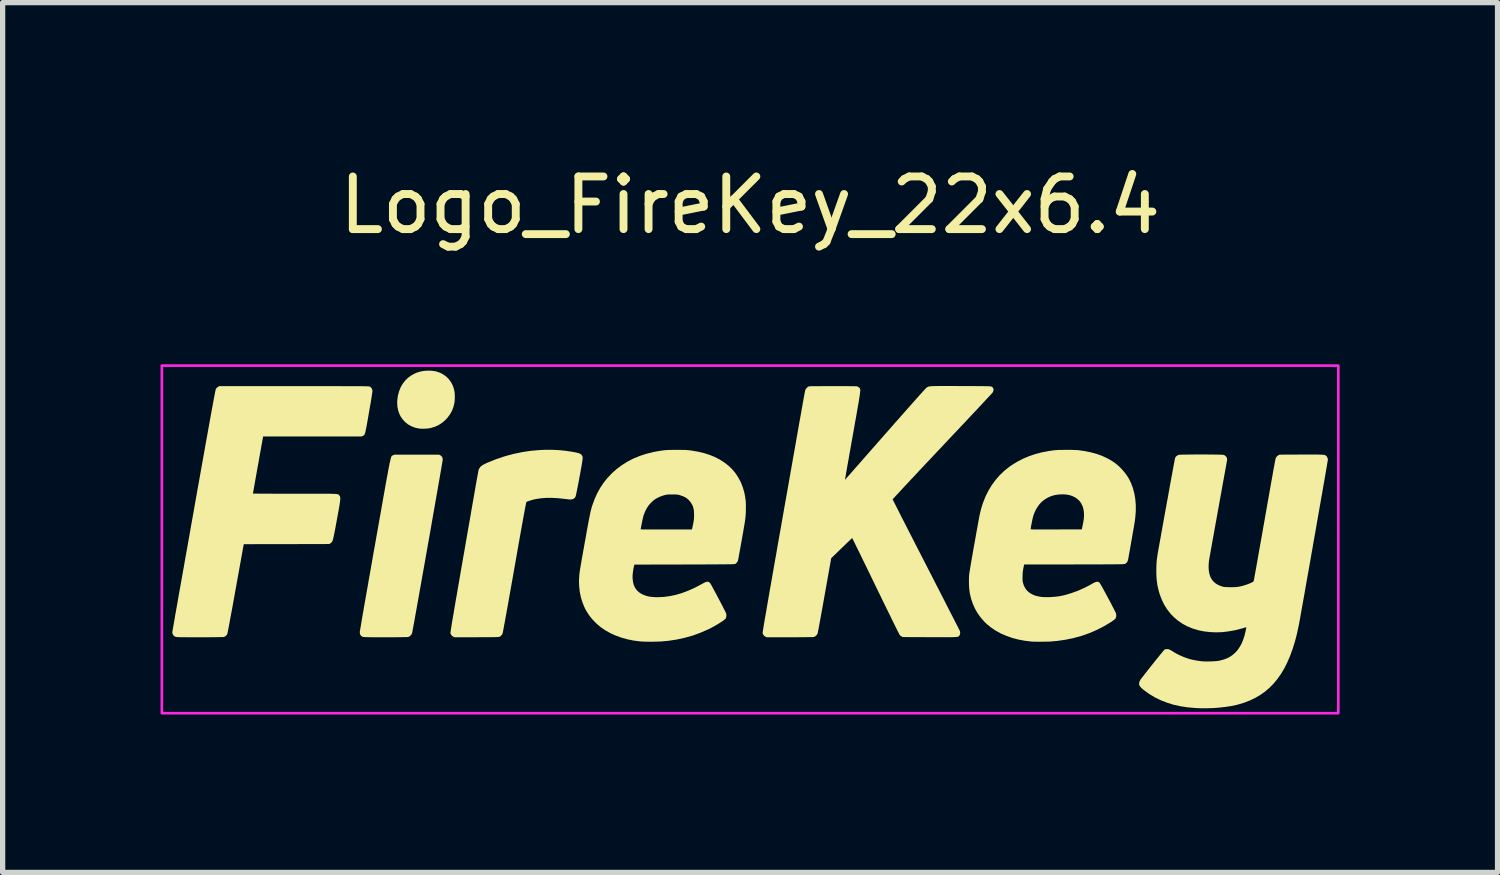
<source format=kicad_pcb>
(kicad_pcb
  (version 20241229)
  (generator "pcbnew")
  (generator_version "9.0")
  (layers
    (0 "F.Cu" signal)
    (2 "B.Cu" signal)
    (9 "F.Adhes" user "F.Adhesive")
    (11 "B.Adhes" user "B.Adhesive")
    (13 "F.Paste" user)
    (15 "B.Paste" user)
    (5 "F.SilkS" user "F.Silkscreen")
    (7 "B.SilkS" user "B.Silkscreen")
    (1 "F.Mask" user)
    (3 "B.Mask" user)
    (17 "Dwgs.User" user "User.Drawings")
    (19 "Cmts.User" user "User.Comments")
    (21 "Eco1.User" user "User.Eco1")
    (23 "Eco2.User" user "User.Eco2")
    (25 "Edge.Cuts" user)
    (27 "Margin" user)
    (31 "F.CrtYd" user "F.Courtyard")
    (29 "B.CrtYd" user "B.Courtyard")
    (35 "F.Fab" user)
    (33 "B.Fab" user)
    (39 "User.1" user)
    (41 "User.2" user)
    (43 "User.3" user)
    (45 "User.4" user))
  (footprint "Logo_FireKey_22x6.4"
    (layer "F.Cu")
    (at 11.201 7.198)
    (property "Reference" "Logo_FireKey_22x6.4" (at 0 -6.35 0) (unlocked yes) (layer "F.SilkS") (effects (font (size 1 1) (thickness 0.15))))
    (attr smd)
    (fp_poly (pts (xy -6.06 -3.205) (xy -5.993 -3.197) (xy -5.953 -3.188) (xy -5.886 -3.164) (xy -5.825 -3.131) (xy -5.77 -3.091) (xy -5.722 -3.042) (xy -5.682 -2.987) (xy -5.65 -2.926) (xy -5.627 -2.858) (xy -5.618 -2.818) (xy -5.613 -2.782) (xy -5.61 -2.738) (xy -5.61 -2.692) (xy -5.612 -2.647) (xy -5.616 -2.606) (xy -5.617 -2.595) (xy -5.636 -2.517) (xy -5.664 -2.443) (xy -5.702 -2.375) (xy -5.749 -2.311) (xy -5.789 -2.269) (xy -5.849 -2.217) (xy -5.915 -2.174) (xy -5.986 -2.141) (xy -6.061 -2.118) (xy -6.068 -2.116) (xy -6.106 -2.109) (xy -6.15 -2.105) (xy -6.196 -2.103) (xy -6.241 -2.103) (xy -6.281 -2.105) (xy -6.298 -2.108) (xy -6.37 -2.124) (xy -6.436 -2.15) (xy -6.496 -2.183) (xy -6.549 -2.225) (xy -6.595 -2.273) (xy -6.634 -2.327) (xy -6.665 -2.387) (xy -6.687 -2.453) (xy -6.701 -2.523) (xy -6.705 -2.598) (xy -6.702 -2.653) (xy -6.69 -2.737) (xy -6.668 -2.816) (xy -6.639 -2.889) (xy -6.601 -2.955) (xy -6.555 -3.015) (xy -6.502 -3.068) (xy -6.441 -3.113) (xy -6.374 -3.15) (xy -6.329 -3.169) (xy -6.267 -3.188) (xy -6.199 -3.201) (xy -6.129 -3.206)) (stroke (width 0) (type solid)) (fill yes) (layer "F.SilkS"))
    (fp_poly (pts (xy -5.883 -1.597) (xy -5.86 -1.578) (xy -5.846 -1.555) (xy -5.84 -1.525) (xy -5.84 -1.517) (xy -5.841 -1.51) (xy -5.843 -1.492) (xy -5.848 -1.465) (xy -5.854 -1.429) (xy -5.861 -1.385) (xy -5.87 -1.332) (xy -5.881 -1.271) (xy -5.892 -1.204) (xy -5.905 -1.13) (xy -5.919 -1.05) (xy -5.934 -0.964) (xy -5.95 -0.873) (xy -5.967 -0.778) (xy -5.984 -0.678) (xy -6.002 -0.575) (xy -6.021 -0.469) (xy -6.04 -0.36) (xy -6.059 -0.249) (xy -6.079 -0.136) (xy -6.099 -0.022) (xy -6.12 0.093) (xy -6.14 0.207) (xy -6.16 0.322) (xy -6.18 0.435) (xy -6.2 0.548) (xy -6.22 0.658) (xy -6.239 0.766) (xy -6.257 0.871) (xy -6.276 0.973) (xy -6.293 1.072) (xy -6.31 1.166) (xy -6.326 1.255) (xy -6.341 1.339) (xy -6.355 1.417) (xy -6.368 1.488) (xy -6.379 1.554) (xy -6.39 1.611) (xy -6.399 1.661) (xy -6.407 1.703) (xy -6.413 1.736) (xy -6.417 1.76) (xy -6.42 1.774) (xy -6.421 1.778) (xy -6.434 1.806) (xy -6.454 1.83) (xy -6.479 1.848) (xy -6.491 1.852) (xy -6.499 1.854) (xy -6.511 1.855) (xy -6.529 1.856) (xy -6.554 1.857) (xy -6.586 1.857) (xy -6.625 1.858) (xy -6.673 1.858) (xy -6.729 1.859) (xy -6.794 1.859) (xy -6.87 1.859) (xy -6.928 1.859) (xy -7.005 1.859) (xy -7.071 1.859) (xy -7.129 1.859) (xy -7.178 1.859) (xy -7.219 1.858) (xy -7.253 1.858) (xy -7.281 1.857) (xy -7.303 1.857) (xy -7.321 1.856) (xy -7.334 1.855) (xy -7.345 1.854) (xy -7.352 1.853) (xy -7.358 1.851) (xy -7.363 1.85) (xy -7.364 1.849) (xy -7.389 1.834) (xy -7.405 1.813) (xy -7.413 1.787) (xy -7.415 1.76) (xy -7.415 1.753) (xy -7.412 1.735) (xy -7.407 1.708) (xy -7.401 1.671) (xy -7.393 1.626) (xy -7.384 1.572) (xy -7.374 1.51) (xy -7.362 1.44) (xy -7.348 1.363) (xy -7.334 1.279) (xy -7.318 1.189) (xy -7.301 1.092) (xy -7.283 0.99) (xy -7.264 0.883) (xy -7.245 0.771) (xy -7.224 0.655) (xy -7.203 0.534) (xy -7.181 0.41) (xy -7.159 0.283) (xy -7.136 0.153) (xy -7.125 0.096) (xy -7.098 -0.061) (xy -7.071 -0.209) (xy -7.047 -0.347) (xy -7.024 -0.475) (xy -7.003 -0.594) (xy -6.984 -0.704) (xy -6.966 -0.806) (xy -6.949 -0.9) (xy -6.934 -0.985) (xy -6.92 -1.064) (xy -6.907 -1.135) (xy -6.895 -1.199) (xy -6.884 -1.257) (xy -6.875 -1.309) (xy -6.866 -1.356) (xy -6.858 -1.396) (xy -6.851 -1.432) (xy -6.844 -1.463) (xy -6.838 -1.49) (xy -6.833 -1.512) (xy -6.828 -1.531) (xy -6.824 -1.547) (xy -6.82 -1.56) (xy -6.817 -1.57) (xy -6.813 -1.577) (xy -6.81 -1.583) (xy -6.807 -1.587) (xy -6.804 -1.59) (xy -6.8 -1.592) (xy -6.797 -1.593) (xy -6.793 -1.594) (xy -6.79 -1.595) (xy -6.786 -1.597) (xy -6.784 -1.597) (xy -6.759 -1.61) (xy -5.907 -1.61)) (stroke (width 0) (type solid)) (fill yes) (layer "F.SilkS"))
    (fp_poly (pts (xy -3.758 -1.702) (xy -3.634 -1.696) (xy -3.512 -1.684) (xy -3.389 -1.666) (xy -3.321 -1.654) (xy -3.282 -1.645) (xy -3.252 -1.637) (xy -3.23 -1.627) (xy -3.213 -1.616) (xy -3.2 -1.603) (xy -3.195 -1.596) (xy -3.186 -1.581) (xy -3.182 -1.565) (xy -3.181 -1.545) (xy -3.181 -1.541) (xy -3.182 -1.528) (xy -3.185 -1.506) (xy -3.189 -1.476) (xy -3.195 -1.439) (xy -3.202 -1.396) (xy -3.211 -1.348) (xy -3.22 -1.297) (xy -3.229 -1.244) (xy -3.24 -1.189) (xy -3.25 -1.134) (xy -3.26 -1.08) (xy -3.27 -1.028) (xy -3.28 -0.979) (xy -3.289 -0.934) (xy -3.297 -0.894) (xy -3.304 -0.86) (xy -3.31 -0.834) (xy -3.315 -0.817) (xy -3.317 -0.81) (xy -3.335 -0.786) (xy -3.352 -0.773) (xy -3.366 -0.766) (xy -3.382 -0.762) (xy -3.401 -0.759) (xy -3.425 -0.759) (xy -3.455 -0.761) (xy -3.492 -0.765) (xy -3.531 -0.77) (xy -3.649 -0.783) (xy -3.763 -0.789) (xy -3.871 -0.789) (xy -3.972 -0.781) (xy -4.066 -0.767) (xy -4.096 -0.761) (xy -4.124 -0.754) (xy -4.153 -0.746) (xy -4.182 -0.737) (xy -4.209 -0.728) (xy -4.23 -0.72) (xy -4.245 -0.714) (xy -4.249 -0.711) (xy -4.251 -0.708) (xy -4.253 -0.7) (xy -4.256 -0.686) (xy -4.26 -0.666) (xy -4.265 -0.641) (xy -4.272 -0.609) (xy -4.279 -0.57) (xy -4.287 -0.525) (xy -4.297 -0.472) (xy -4.308 -0.412) (xy -4.32 -0.344) (xy -4.334 -0.268) (xy -4.349 -0.184) (xy -4.366 -0.09) (xy -4.384 0.012) (xy -4.404 0.124) (xy -4.425 0.245) (xy -4.448 0.376) (xy -4.473 0.517) (xy -4.476 0.533) (xy -4.498 0.661) (xy -4.52 0.784) (xy -4.541 0.901) (xy -4.561 1.013) (xy -4.58 1.119) (xy -4.597 1.219) (xy -4.614 1.311) (xy -4.629 1.397) (xy -4.644 1.475) (xy -4.656 1.546) (xy -4.668 1.608) (xy -4.678 1.662) (xy -4.686 1.707) (xy -4.693 1.743) (xy -4.698 1.769) (xy -4.702 1.786) (xy -4.703 1.792) (xy -4.719 1.817) (xy -4.74 1.838) (xy -4.763 1.851) (xy -4.764 1.852) (xy -4.771 1.853) (xy -4.784 1.854) (xy -4.803 1.855) (xy -4.83 1.856) (xy -4.865 1.857) (xy -4.908 1.857) (xy -4.959 1.858) (xy -5.019 1.858) (xy -5.089 1.858) (xy -5.17 1.859) (xy -5.2 1.859) (xy -5.618 1.859) (xy -5.642 1.847) (xy -5.667 1.829) (xy -5.685 1.804) (xy -5.693 1.779) (xy -5.693 1.774) (xy -5.692 1.763) (xy -5.689 1.745) (xy -5.685 1.72) (xy -5.681 1.688) (xy -5.674 1.649) (xy -5.667 1.602) (xy -5.658 1.548) (xy -5.647 1.486) (xy -5.635 1.416) (xy -5.622 1.337) (xy -5.607 1.25) (xy -5.591 1.154) (xy -5.572 1.049) (xy -5.553 0.934) (xy -5.531 0.81) (xy -5.508 0.676) (xy -5.483 0.532) (xy -5.456 0.378) (xy -5.449 0.335) (xy -5.421 0.178) (xy -5.396 0.031) (xy -5.372 -0.105) (xy -5.35 -0.233) (xy -5.329 -0.351) (xy -5.31 -0.46) (xy -5.293 -0.561) (xy -5.277 -0.653) (xy -5.262 -0.738) (xy -5.248 -0.816) (xy -5.236 -0.886) (xy -5.225 -0.95) (xy -5.215 -1.007) (xy -5.206 -1.058) (xy -5.198 -1.103) (xy -5.191 -1.144) (xy -5.184 -1.179) (xy -5.179 -1.209) (xy -5.174 -1.235) (xy -5.17 -1.257) (xy -5.167 -1.276) (xy -5.164 -1.291) (xy -5.161 -1.303) (xy -5.159 -1.313) (xy -5.157 -1.321) (xy -5.156 -1.326) (xy -5.155 -1.33) (xy -5.153 -1.333) (xy -5.152 -1.335) (xy -5.152 -1.337) (xy -5.151 -1.338) (xy -5.149 -1.339) (xy -5.148 -1.341) (xy -5.148 -1.342) (xy -5.135 -1.364) (xy -5.119 -1.383) (xy -5.098 -1.4) (xy -5.071 -1.418) (xy -5.036 -1.436) (xy -4.993 -1.456) (xy -4.992 -1.456) (xy -4.827 -1.523) (xy -4.661 -1.579) (xy -4.495 -1.624) (xy -4.327 -1.659) (xy -4.158 -1.684) (xy -3.987 -1.698) (xy -3.888 -1.702)) (stroke (width 0) (type solid)) (fill yes) (layer "F.SilkS"))
    (fp_poly (pts (xy -8.517 -2.912) (xy -8.381 -2.912) (xy -8.255 -2.912) (xy -8.139 -2.912) (xy -8.032 -2.912) (xy -7.933 -2.912) (xy -7.843 -2.912) (xy -7.761 -2.911) (xy -7.687 -2.911) (xy -7.62 -2.911) (xy -7.56 -2.911) (xy -7.506 -2.911) (xy -7.459 -2.911) (xy -7.417 -2.91) (xy -7.381 -2.91) (xy -7.349 -2.91) (xy -7.323 -2.909) (xy -7.3 -2.909) (xy -7.281 -2.908) (xy -7.266 -2.908) (xy -7.254 -2.907) (xy -7.244 -2.906) (xy -7.237 -2.906) (xy -7.231 -2.905) (xy -7.227 -2.904) (xy -7.225 -2.903) (xy -7.224 -2.902) (xy -7.199 -2.883) (xy -7.183 -2.858) (xy -7.175 -2.828) (xy -7.175 -2.827) (xy -7.175 -2.817) (xy -7.177 -2.799) (xy -7.181 -2.773) (xy -7.186 -2.738) (xy -7.192 -2.695) (xy -7.201 -2.642) (xy -7.211 -2.58) (xy -7.224 -2.509) (xy -7.238 -2.427) (xy -7.241 -2.411) (xy -7.254 -2.334) (xy -7.266 -2.267) (xy -7.276 -2.21) (xy -7.285 -2.16) (xy -7.293 -2.119) (xy -7.3 -2.084) (xy -7.306 -2.056) (xy -7.311 -2.033) (xy -7.317 -2.015) (xy -7.322 -2.001) (xy -7.327 -1.991) (xy -7.332 -1.983) (xy -7.338 -1.978) (xy -7.344 -1.973) (xy -7.351 -1.97) (xy -7.357 -1.967) (xy -7.381 -1.955) (xy -9.252 -1.955) (xy -9.255 -1.941) (xy -9.256 -1.933) (xy -9.259 -1.915) (xy -9.264 -1.889) (xy -9.27 -1.855) (xy -9.277 -1.815) (xy -9.286 -1.768) (xy -9.295 -1.716) (xy -9.305 -1.66) (xy -9.316 -1.6) (xy -9.327 -1.538) (xy -9.338 -1.473) (xy -9.35 -1.408) (xy -9.362 -1.343) (xy -9.373 -1.279) (xy -9.384 -1.217) (xy -9.395 -1.157) (xy -9.405 -1.1) (xy -9.414 -1.048) (xy -9.422 -1.001) (xy -9.43 -0.959) (xy -9.436 -0.925) (xy -9.441 -0.898) (xy -9.444 -0.88) (xy -9.445 -0.872) (xy -9.445 -0.871) (xy -9.44 -0.871) (xy -9.425 -0.87) (xy -9.4 -0.87) (xy -9.366 -0.87) (xy -9.324 -0.869) (xy -9.274 -0.869) (xy -9.216 -0.869) (xy -9.153 -0.869) (xy -9.083 -0.868) (xy -9.008 -0.868) (xy -8.928 -0.868) (xy -8.843 -0.868) (xy -8.755 -0.868) (xy -8.664 -0.868) (xy -8.649 -0.868) (xy -8.539 -0.868) (xy -8.44 -0.868) (xy -8.35 -0.868) (xy -8.27 -0.868) (xy -8.198 -0.868) (xy -8.134 -0.868) (xy -8.078 -0.867) (xy -8.029 -0.867) (xy -7.986 -0.867) (xy -7.95 -0.866) (xy -7.919 -0.865) (xy -7.894 -0.864) (xy -7.873 -0.863) (xy -7.856 -0.861) (xy -7.842 -0.859) (xy -7.832 -0.857) (xy -7.824 -0.855) (xy -7.819 -0.852) (xy -7.814 -0.849) (xy -7.811 -0.845) (xy -7.808 -0.841) (xy -7.805 -0.837) (xy -7.802 -0.832) (xy -7.802 -0.831) (xy -7.797 -0.824) (xy -7.792 -0.817) (xy -7.789 -0.809) (xy -7.787 -0.799) (xy -7.786 -0.786) (xy -7.786 -0.771) (xy -7.787 -0.751) (xy -7.79 -0.727) (xy -7.794 -0.697) (xy -7.799 -0.661) (xy -7.806 -0.619) (xy -7.815 -0.568) (xy -7.826 -0.51) (xy -7.838 -0.442) (xy -7.851 -0.37) (xy -7.865 -0.294) (xy -7.877 -0.228) (xy -7.888 -0.172) (xy -7.897 -0.123) (xy -7.906 -0.083) (xy -7.913 -0.049) (xy -7.919 -0.021) (xy -7.925 0.002) (xy -7.931 0.02) (xy -7.937 0.034) (xy -7.942 0.045) (xy -7.948 0.053) (xy -7.955 0.06) (xy -7.962 0.066) (xy -7.97 0.071) (xy -7.971 0.072) (xy -7.994 0.088) (xy -8.807 0.09) (xy -9.62 0.091) (xy -9.772 0.934) (xy -9.789 1.027) (xy -9.805 1.119) (xy -9.821 1.206) (xy -9.836 1.29) (xy -9.851 1.37) (xy -9.865 1.445) (xy -9.878 1.514) (xy -9.889 1.577) (xy -9.9 1.633) (xy -9.909 1.682) (xy -9.917 1.723) (xy -9.924 1.756) (xy -9.928 1.78) (xy -9.932 1.794) (xy -9.933 1.798) (xy -9.949 1.823) (xy -9.972 1.843) (xy -9.996 1.853) (xy -10.006 1.855) (xy -10.026 1.856) (xy -10.056 1.856) (xy -10.097 1.857) (xy -10.148 1.858) (xy -10.208 1.858) (xy -10.279 1.859) (xy -10.359 1.859) (xy -10.448 1.859) (xy -10.458 1.859) (xy -10.537 1.859) (xy -10.607 1.859) (xy -10.667 1.859) (xy -10.718 1.859) (xy -10.762 1.858) (xy -10.798 1.858) (xy -10.828 1.858) (xy -10.852 1.857) (xy -10.872 1.856) (xy -10.887 1.856) (xy -10.898 1.855) (xy -10.907 1.853) (xy -10.913 1.852) (xy -10.918 1.85) (xy -10.921 1.849) (xy -10.937 1.84) (xy -10.95 1.831) (xy -10.952 1.829) (xy -10.963 1.811) (xy -10.973 1.789) (xy -10.977 1.768) (xy -10.978 1.764) (xy -10.977 1.757) (xy -10.974 1.741) (xy -10.969 1.714) (xy -10.963 1.679) (xy -10.955 1.634) (xy -10.946 1.58) (xy -10.935 1.517) (xy -10.923 1.447) (xy -10.909 1.368) (xy -10.894 1.283) (xy -10.877 1.19) (xy -10.86 1.09) (xy -10.841 0.984) (xy -10.821 0.871) (xy -10.8 0.753) (xy -10.778 0.63) (xy -10.755 0.501) (xy -10.732 0.368) (xy -10.707 0.23) (xy -10.682 0.089) (xy -10.656 -0.057) (xy -10.63 -0.206) (xy -10.603 -0.357) (xy -10.575 -0.512) (xy -10.57 -0.542) (xy -10.536 -0.734) (xy -10.504 -0.916) (xy -10.473 -1.088) (xy -10.444 -1.251) (xy -10.417 -1.404) (xy -10.391 -1.547) (xy -10.367 -1.681) (xy -10.345 -1.807) (xy -10.324 -1.924) (xy -10.304 -2.033) (xy -10.286 -2.134) (xy -10.269 -2.227) (xy -10.254 -2.312) (xy -10.24 -2.39) (xy -10.227 -2.461) (xy -10.215 -2.525) (xy -10.204 -2.583) (xy -10.195 -2.634) (xy -10.187 -2.679) (xy -10.179 -2.719) (xy -10.173 -2.753) (xy -10.167 -2.782) (xy -10.162 -2.805) (xy -10.158 -2.824) (xy -10.155 -2.838) (xy -10.153 -2.848) (xy -10.151 -2.854) (xy -10.151 -2.856) (xy -10.133 -2.879) (xy -10.112 -2.896) (xy -10.086 -2.912) (xy -8.664 -2.912)) (stroke (width 0) (type solid)) (fill yes) (layer "F.SilkS"))
    (fp_poly (pts (xy 6.084 -1.701) (xy 6.131 -1.7) (xy 6.174 -1.698) (xy 6.211 -1.697) (xy 6.239 -1.695) (xy 6.244 -1.694) (xy 6.369 -1.676) (xy 6.486 -1.651) (xy 6.594 -1.621) (xy 6.696 -1.583) (xy 6.79 -1.539) (xy 6.879 -1.488) (xy 6.938 -1.447) (xy 6.992 -1.404) (xy 7.045 -1.352) (xy 7.096 -1.296) (xy 7.143 -1.237) (xy 7.182 -1.179) (xy 7.194 -1.159) (xy 7.238 -1.069) (xy 7.274 -0.972) (xy 7.301 -0.871) (xy 7.319 -0.763) (xy 7.328 -0.651) (xy 7.328 -0.534) (xy 7.318 -0.412) (xy 7.31 -0.348) (xy 7.307 -0.331) (xy 7.303 -0.305) (xy 7.297 -0.272) (xy 7.291 -0.233) (xy 7.283 -0.188) (xy 7.274 -0.138) (xy 7.265 -0.086) (xy 7.256 -0.032) (xy 7.246 0.024) (xy 7.236 0.079) (xy 7.227 0.133) (xy 7.218 0.185) (xy 7.209 0.234) (xy 7.201 0.278) (xy 7.194 0.317) (xy 7.188 0.35) (xy 7.184 0.374) (xy 7.18 0.39) (xy 7.179 0.396) (xy 7.168 0.424) (xy 7.15 0.447) (xy 7.128 0.463) (xy 7.127 0.464) (xy 7.124 0.465) (xy 7.121 0.466) (xy 7.116 0.467) (xy 7.11 0.468) (xy 7.102 0.469) (xy 7.092 0.47) (xy 7.078 0.471) (xy 7.061 0.471) (xy 7.04 0.472) (xy 7.015 0.472) (xy 6.985 0.473) (xy 6.949 0.473) (xy 6.908 0.474) (xy 6.86 0.474) (xy 6.805 0.474) (xy 6.744 0.474) (xy 6.674 0.475) (xy 6.597 0.475) (xy 6.51 0.475) (xy 6.415 0.475) (xy 6.31 0.475) (xy 6.195 0.475) (xy 6.157 0.476) (xy 5.208 0.477) (xy 5.205 0.489) (xy 5.195 0.533) (xy 5.188 0.57) (xy 5.183 0.604) (xy 5.179 0.638) (xy 5.177 0.677) (xy 5.177 0.689) (xy 5.176 0.726) (xy 5.176 0.754) (xy 5.177 0.777) (xy 5.179 0.797) (xy 5.183 0.817) (xy 5.183 0.818) (xy 5.201 0.876) (xy 5.227 0.927) (xy 5.262 0.973) (xy 5.305 1.011) (xy 5.356 1.043) (xy 5.413 1.067) (xy 5.446 1.076) (xy 5.486 1.085) (xy 5.526 1.092) (xy 5.567 1.096) (xy 5.612 1.097) (xy 5.665 1.097) (xy 5.687 1.097) (xy 5.769 1.092) (xy 5.847 1.084) (xy 5.924 1.071) (xy 6.002 1.052) (xy 6.084 1.027) (xy 6.106 1.02) (xy 6.228 0.976) (xy 6.346 0.924) (xy 6.458 0.866) (xy 6.481 0.853) (xy 6.519 0.831) (xy 6.551 0.816) (xy 6.576 0.807) (xy 6.597 0.804) (xy 6.614 0.807) (xy 6.63 0.816) (xy 6.642 0.826) (xy 6.648 0.835) (xy 6.658 0.852) (xy 6.672 0.876) (xy 6.689 0.906) (xy 6.709 0.942) (xy 6.731 0.982) (xy 6.755 1.026) (xy 6.779 1.071) (xy 6.804 1.117) (xy 6.829 1.164) (xy 6.853 1.209) (xy 6.875 1.253) (xy 6.896 1.293) (xy 6.915 1.329) (xy 6.93 1.36) (xy 6.942 1.384) (xy 6.95 1.401) (xy 6.952 1.409) (xy 6.958 1.443) (xy 6.954 1.476) (xy 6.943 1.503) (xy 6.933 1.514) (xy 6.914 1.53) (xy 6.887 1.549) (xy 6.859 1.569) (xy 6.726 1.649) (xy 6.589 1.719) (xy 6.448 1.78) (xy 6.302 1.832) (xy 6.151 1.873) (xy 5.995 1.906) (xy 5.835 1.929) (xy 5.721 1.939) (xy 5.696 1.941) (xy 5.663 1.942) (xy 5.625 1.943) (xy 5.582 1.943) (xy 5.538 1.944) (xy 5.494 1.944) (xy 5.452 1.944) (xy 5.414 1.943) (xy 5.382 1.943) (xy 5.358 1.942) (xy 5.349 1.941) (xy 5.221 1.926) (xy 5.098 1.903) (xy 4.981 1.873) (xy 4.871 1.834) (xy 4.767 1.789) (xy 4.67 1.736) (xy 4.58 1.676) (xy 4.498 1.609) (xy 4.46 1.573) (xy 4.39 1.495) (xy 4.328 1.411) (xy 4.276 1.322) (xy 4.233 1.227) (xy 4.199 1.126) (xy 4.174 1.021) (xy 4.173 1.013) (xy 4.167 0.97) (xy 4.162 0.921) (xy 4.159 0.866) (xy 4.158 0.809) (xy 4.158 0.752) (xy 4.16 0.7) (xy 4.164 0.653) (xy 4.165 0.648) (xy 4.167 0.634) (xy 4.171 0.61) (xy 4.176 0.577) (xy 4.183 0.537) (xy 4.191 0.49) (xy 4.2 0.436) (xy 4.21 0.378) (xy 4.221 0.316) (xy 4.232 0.251) (xy 4.244 0.183) (xy 4.256 0.114) (xy 4.269 0.045) (xy 4.281 -0.024) (xy 4.293 -0.091) (xy 4.304 -0.156) (xy 4.312 -0.197) (xy 5.331 -0.197) (xy 5.331 -0.196) (xy 5.332 -0.194) (xy 5.335 -0.193) (xy 5.34 -0.192) (xy 5.348 -0.191) (xy 5.36 -0.19) (xy 5.376 -0.189) (xy 5.397 -0.189) (xy 5.423 -0.189) (xy 5.456 -0.188) (xy 5.495 -0.188) (xy 5.542 -0.188) (xy 5.597 -0.188) (xy 5.661 -0.188) (xy 5.734 -0.189) (xy 5.817 -0.189) (xy 5.817 -0.189) (xy 6.303 -0.19) (xy 6.32 -0.273) (xy 6.332 -0.335) (xy 6.34 -0.389) (xy 6.344 -0.437) (xy 6.344 -0.481) (xy 6.343 -0.512) (xy 6.333 -0.577) (xy 6.315 -0.636) (xy 6.288 -0.689) (xy 6.254 -0.735) (xy 6.211 -0.774) (xy 6.161 -0.806) (xy 6.148 -0.812) (xy 6.107 -0.829) (xy 6.066 -0.842) (xy 6.023 -0.85) (xy 5.974 -0.855) (xy 5.951 -0.856) (xy 5.871 -0.854) (xy 5.795 -0.843) (xy 5.722 -0.823) (xy 5.655 -0.793) (xy 5.592 -0.755) (xy 5.536 -0.709) (xy 5.489 -0.657) (xy 5.462 -0.619) (xy 5.435 -0.574) (xy 5.411 -0.526) (xy 5.391 -0.477) (xy 5.377 -0.434) (xy 5.372 -0.413) (xy 5.366 -0.387) (xy 5.359 -0.356) (xy 5.353 -0.323) (xy 5.346 -0.29) (xy 5.34 -0.26) (xy 5.336 -0.233) (xy 5.332 -0.212) (xy 5.331 -0.199) (xy 5.331 -0.197) (xy 4.312 -0.197) (xy 4.316 -0.218) (xy 4.326 -0.275) (xy 4.335 -0.327) (xy 4.344 -0.373) (xy 4.351 -0.412) (xy 4.357 -0.443) (xy 4.359 -0.453) (xy 4.374 -0.519) (xy 4.392 -0.589) (xy 4.413 -0.657) (xy 4.425 -0.694) (xy 4.472 -0.813) (xy 4.528 -0.925) (xy 4.591 -1.03) (xy 4.663 -1.128) (xy 4.742 -1.219) (xy 4.83 -1.303) (xy 4.925 -1.379) (xy 4.98 -1.417) (xy 5.083 -1.48) (xy 5.19 -1.535) (xy 5.302 -1.582) (xy 5.42 -1.622) (xy 5.544 -1.654) (xy 5.676 -1.679) (xy 5.783 -1.694) (xy 5.81 -1.696) (xy 5.844 -1.698) (xy 5.886 -1.7) (xy 5.933 -1.7) (xy 5.983 -1.701) (xy 6.034 -1.701)) (stroke (width 0) (type solid)) (fill yes) (layer "F.SilkS"))
    (fp_poly (pts (xy -1.335 -1.701) (xy -1.292 -1.7) (xy -1.256 -1.7) (xy -1.226 -1.699) (xy -1.199 -1.697) (xy -1.174 -1.695) (xy -1.149 -1.692) (xy -1.123 -1.689) (xy -1.121 -1.689) (xy -0.996 -1.668) (xy -0.88 -1.641) (xy -0.771 -1.606) (xy -0.67 -1.565) (xy -0.577 -1.517) (xy -0.49 -1.462) (xy -0.411 -1.4) (xy -0.403 -1.393) (xy -0.334 -1.326) (xy -0.273 -1.251) (xy -0.22 -1.169) (xy -0.174 -1.082) (xy -0.138 -0.989) (xy -0.11 -0.893) (xy -0.094 -0.81) (xy -0.089 -0.774) (xy -0.085 -0.744) (xy -0.082 -0.717) (xy -0.081 -0.689) (xy -0.08 -0.659) (xy -0.08 -0.623) (xy -0.08 -0.593) (xy -0.081 -0.53) (xy -0.083 -0.473) (xy -0.088 -0.419) (xy -0.095 -0.363) (xy -0.1 -0.329) (xy -0.104 -0.302) (xy -0.11 -0.267) (xy -0.117 -0.227) (xy -0.125 -0.181) (xy -0.133 -0.131) (xy -0.143 -0.078) (xy -0.152 -0.024) (xy -0.162 0.032) (xy -0.172 0.087) (xy -0.182 0.141) (xy -0.191 0.193) (xy -0.2 0.242) (xy -0.208 0.286) (xy -0.215 0.325) (xy -0.221 0.357) (xy -0.226 0.382) (xy -0.229 0.398) (xy -0.231 0.405) (xy -0.243 0.429) (xy -0.261 0.45) (xy -0.28 0.465) (xy -0.283 0.466) (xy -0.286 0.467) (xy -0.292 0.468) (xy -0.299 0.469) (xy -0.308 0.47) (xy -0.321 0.47) (xy -0.336 0.471) (xy -0.356 0.472) (xy -0.38 0.472) (xy -0.409 0.473) (xy -0.443 0.473) (xy -0.483 0.474) (xy -0.529 0.474) (xy -0.581 0.474) (xy -0.641 0.475) (xy -0.709 0.475) (xy -0.784 0.475) (xy -0.868 0.476) (xy -0.961 0.476) (xy -1.064 0.476) (xy -1.177 0.477) (xy -1.248 0.477) (xy -2.199 0.479) (xy -2.208 0.52) (xy -2.219 0.573) (xy -2.227 0.629) (xy -2.232 0.683) (xy -2.233 0.731) (xy -2.232 0.745) (xy -2.224 0.81) (xy -2.209 0.869) (xy -2.185 0.92) (xy -2.153 0.965) (xy -2.113 1.003) (xy -2.065 1.035) (xy -2.051 1.041) (xy -2.006 1.061) (xy -1.959 1.077) (xy -1.908 1.088) (xy -1.853 1.094) (xy -1.79 1.098) (xy -1.752 1.098) (xy -1.639 1.093) (xy -1.524 1.078) (xy -1.408 1.053) (xy -1.29 1.018) (xy -1.17 0.972) (xy -1.047 0.917) (xy -0.922 0.851) (xy -0.917 0.848) (xy -0.882 0.829) (xy -0.853 0.815) (xy -0.831 0.807) (xy -0.812 0.804) (xy -0.797 0.806) (xy -0.784 0.811) (xy -0.77 0.819) (xy -0.76 0.829) (xy -0.755 0.836) (xy -0.746 0.852) (xy -0.732 0.876) (xy -0.716 0.905) (xy -0.697 0.941) (xy -0.676 0.98) (xy -0.653 1.023) (xy -0.629 1.068) (xy -0.605 1.114) (xy -0.58 1.16) (xy -0.557 1.205) (xy -0.534 1.248) (xy -0.513 1.289) (xy -0.495 1.325) (xy -0.479 1.356) (xy -0.467 1.38) (xy -0.459 1.398) (xy -0.455 1.407) (xy -0.455 1.408) (xy -0.451 1.433) (xy -0.451 1.46) (xy -0.456 1.484) (xy -0.463 1.503) (xy -0.464 1.504) (xy -0.476 1.516) (xy -0.496 1.532) (xy -0.523 1.552) (xy -0.555 1.573) (xy -0.592 1.597) (xy -0.632 1.621) (xy -0.674 1.645) (xy -0.717 1.669) (xy -0.758 1.691) (xy -0.798 1.71) (xy -0.802 1.712) (xy -0.944 1.774) (xy -1.09 1.827) (xy -1.24 1.869) (xy -1.395 1.903) (xy -1.554 1.927) (xy -1.685 1.939) (xy -1.716 1.941) (xy -1.755 1.942) (xy -1.8 1.943) (xy -1.847 1.944) (xy -1.896 1.944) (xy -1.944 1.944) (xy -1.989 1.943) (xy -2.03 1.942) (xy -2.063 1.94) (xy -2.081 1.939) (xy -2.208 1.923) (xy -2.328 1.899) (xy -2.443 1.867) (xy -2.552 1.828) (xy -2.653 1.782) (xy -2.748 1.729) (xy -2.836 1.669) (xy -2.916 1.602) (xy -2.989 1.528) (xy -3.053 1.449) (xy -3.109 1.363) (xy -3.143 1.299) (xy -3.182 1.205) (xy -3.213 1.106) (xy -3.235 1.003) (xy -3.247 0.897) (xy -3.251 0.789) (xy -3.247 0.718) (xy -3.246 0.701) (xy -3.245 0.686) (xy -3.244 0.671) (xy -3.242 0.655) (xy -3.24 0.639) (xy -3.238 0.621) (xy -3.235 0.601) (xy -3.232 0.578) (xy -3.228 0.552) (xy -3.222 0.521) (xy -3.216 0.485) (xy -3.209 0.444) (xy -3.201 0.396) (xy -3.191 0.341) (xy -3.18 0.278) (xy -3.167 0.207) (xy -3.153 0.127) (xy -3.137 0.037) (xy -3.134 0.024) (xy -3.118 -0.066) (xy -3.104 -0.147) (xy -3.096 -0.191) (xy -2.079 -0.191) (xy -2.073 -0.19) (xy -2.058 -0.19) (xy -2.034 -0.189) (xy -2.001 -0.189) (xy -1.96 -0.189) (xy -1.913 -0.188) (xy -1.859 -0.188) (xy -1.8 -0.188) (xy -1.736 -0.188) (xy -1.668 -0.188) (xy -1.597 -0.188) (xy -1.105 -0.188) (xy -1.102 -0.2) (xy -1.1 -0.209) (xy -1.096 -0.226) (xy -1.091 -0.25) (xy -1.085 -0.279) (xy -1.081 -0.297) (xy -1.075 -0.333) (xy -1.07 -0.361) (xy -1.067 -0.387) (xy -1.065 -0.413) (xy -1.064 -0.443) (xy -1.064 -0.466) (xy -1.066 -0.516) (xy -1.069 -0.558) (xy -1.077 -0.595) (xy -1.087 -0.628) (xy -1.102 -0.66) (xy -1.107 -0.669) (xy -1.137 -0.716) (xy -1.173 -0.756) (xy -1.214 -0.789) (xy -1.263 -0.815) (xy -1.321 -0.836) (xy -1.34 -0.842) (xy -1.358 -0.847) (xy -1.375 -0.85) (xy -1.392 -0.852) (xy -1.414 -0.853) (xy -1.44 -0.854) (xy -1.476 -0.854) (xy -1.481 -0.854) (xy -1.518 -0.854) (xy -1.545 -0.853) (xy -1.568 -0.852) (xy -1.587 -0.849) (xy -1.605 -0.846) (xy -1.624 -0.841) (xy -1.631 -0.839) (xy -1.671 -0.827) (xy -1.713 -0.811) (xy -1.754 -0.792) (xy -1.79 -0.772) (xy -1.809 -0.76) (xy -1.839 -0.737) (xy -1.87 -0.708) (xy -1.901 -0.676) (xy -1.928 -0.645) (xy -1.939 -0.629) (xy -1.968 -0.583) (xy -1.994 -0.531) (xy -2.016 -0.477) (xy -2.027 -0.444) (xy -2.031 -0.429) (xy -2.036 -0.407) (xy -2.042 -0.379) (xy -2.049 -0.348) (xy -2.056 -0.315) (xy -2.062 -0.282) (xy -2.068 -0.252) (xy -2.073 -0.225) (xy -2.077 -0.205) (xy -2.079 -0.193) (xy -2.079 -0.191) (xy -3.096 -0.191) (xy -3.091 -0.218) (xy -3.079 -0.281) (xy -3.069 -0.336) (xy -3.06 -0.385) (xy -3.051 -0.427) (xy -3.044 -0.464) (xy -3.037 -0.496) (xy -3.031 -0.525) (xy -3.025 -0.55) (xy -3.019 -0.573) (xy -3.013 -0.594) (xy -3.008 -0.614) (xy -3.002 -0.633) (xy -2.995 -0.653) (xy -2.953 -0.768) (xy -2.905 -0.875) (xy -2.85 -0.975) (xy -2.788 -1.069) (xy -2.718 -1.158) (xy -2.638 -1.243) (xy -2.625 -1.257) (xy -2.532 -1.339) (xy -2.433 -1.413) (xy -2.327 -1.479) (xy -2.215 -1.537) (xy -2.095 -1.586) (xy -1.969 -1.627) (xy -1.836 -1.66) (xy -1.749 -1.676) (xy -1.707 -1.683) (xy -1.67 -1.688) (xy -1.635 -1.693) (xy -1.601 -1.696) (xy -1.565 -1.698) (xy -1.526 -1.7) (xy -1.482 -1.7) (xy -1.431 -1.701) (xy -1.388 -1.701)) (stroke (width 0) (type solid)) (fill yes) (layer "F.SilkS"))
    (fp_poly (pts (xy 8.625 -1.613) (xy 8.683 -1.613) (xy 8.74 -1.612) (xy 8.794 -1.612) (xy 8.843 -1.611) (xy 8.887 -1.611) (xy 8.925 -1.61) (xy 8.955 -1.609) (xy 8.977 -1.608) (xy 8.99 -1.607) (xy 8.991 -1.607) (xy 9.019 -1.596) (xy 9.041 -1.577) (xy 9.057 -1.553) (xy 9.063 -1.525) (xy 9.062 -1.504) (xy 9.061 -1.497) (xy 9.058 -1.48) (xy 9.053 -1.453) (xy 9.047 -1.418) (xy 9.039 -1.374) (xy 9.03 -1.323) (xy 9.019 -1.264) (xy 9.007 -1.198) (xy 8.994 -1.127) (xy 8.98 -1.05) (xy 8.965 -0.967) (xy 8.95 -0.88) (xy 8.933 -0.79) (xy 8.916 -0.695) (xy 8.899 -0.598) (xy 8.893 -0.568) (xy 8.875 -0.469) (xy 8.858 -0.373) (xy 8.841 -0.28) (xy 8.825 -0.19) (xy 8.81 -0.104) (xy 8.795 -0.023) (xy 8.781 0.053) (xy 8.769 0.123) (xy 8.757 0.186) (xy 8.747 0.243) (xy 8.739 0.292) (xy 8.731 0.334) (xy 8.726 0.366) (xy 8.722 0.389) (xy 8.719 0.403) (xy 8.719 0.404) (xy 8.716 0.434) (xy 8.713 0.468) (xy 8.712 0.503) (xy 8.711 0.521) (xy 8.715 0.592) (xy 8.727 0.657) (xy 8.746 0.714) (xy 8.774 0.764) (xy 8.809 0.806) (xy 8.853 0.842) (xy 8.904 0.871) (xy 8.964 0.893) (xy 8.971 0.896) (xy 8.987 0.9) (xy 9.003 0.903) (xy 9.019 0.905) (xy 9.039 0.906) (xy 9.065 0.907) (xy 9.098 0.908) (xy 9.127 0.908) (xy 9.167 0.908) (xy 9.199 0.907) (xy 9.226 0.906) (xy 9.248 0.904) (xy 9.269 0.901) (xy 9.291 0.897) (xy 9.3 0.896) (xy 9.34 0.887) (xy 9.382 0.875) (xy 9.422 0.863) (xy 9.46 0.849) (xy 9.495 0.836) (xy 9.525 0.822) (xy 9.548 0.81) (xy 9.563 0.799) (xy 9.568 0.792) (xy 9.57 0.786) (xy 9.573 0.769) (xy 9.578 0.743) (xy 9.584 0.708) (xy 9.592 0.664) (xy 9.601 0.612) (xy 9.612 0.553) (xy 9.624 0.486) (xy 9.637 0.413) (xy 9.651 0.333) (xy 9.666 0.248) (xy 9.682 0.158) (xy 9.699 0.063) (xy 9.717 -0.037) (xy 9.735 -0.14) (xy 9.753 -0.246) (xy 9.773 -0.355) (xy 9.775 -0.367) (xy 9.794 -0.477) (xy 9.813 -0.583) (xy 9.831 -0.687) (xy 9.849 -0.787) (xy 9.866 -0.883) (xy 9.882 -0.975) (xy 9.897 -1.061) (xy 9.912 -1.142) (xy 9.925 -1.217) (xy 9.937 -1.285) (xy 9.948 -1.346) (xy 9.958 -1.399) (xy 9.967 -1.444) (xy 9.973 -1.481) (xy 9.979 -1.509) (xy 9.982 -1.527) (xy 9.984 -1.536) (xy 9.984 -1.536) (xy 9.998 -1.564) (xy 10.017 -1.585) (xy 10.036 -1.598) (xy 10.059 -1.61) (xy 10.469 -1.612) (xy 10.548 -1.612) (xy 10.617 -1.612) (xy 10.676 -1.612) (xy 10.728 -1.612) (xy 10.771 -1.612) (xy 10.808 -1.611) (xy 10.838 -1.61) (xy 10.863 -1.609) (xy 10.882 -1.608) (xy 10.898 -1.606) (xy 10.91 -1.604) (xy 10.92 -1.602) (xy 10.928 -1.599) (xy 10.934 -1.595) (xy 10.94 -1.591) (xy 10.942 -1.59) (xy 10.958 -1.573) (xy 10.97 -1.55) (xy 10.977 -1.523) (xy 10.977 -1.513) (xy 10.977 -1.506) (xy 10.974 -1.49) (xy 10.969 -1.463) (xy 10.963 -1.428) (xy 10.956 -1.384) (xy 10.947 -1.332) (xy 10.937 -1.273) (xy 10.925 -1.206) (xy 10.913 -1.133) (xy 10.899 -1.054) (xy 10.884 -0.97) (xy 10.869 -0.88) (xy 10.852 -0.786) (xy 10.835 -0.688) (xy 10.817 -0.587) (xy 10.799 -0.482) (xy 10.78 -0.375) (xy 10.761 -0.266) (xy 10.742 -0.156) (xy 10.722 -0.044) (xy 10.702 0.068) (xy 10.683 0.18) (xy 10.663 0.291) (xy 10.644 0.402) (xy 10.625 0.51) (xy 10.606 0.617) (xy 10.587 0.721) (xy 10.569 0.823) (xy 10.552 0.92) (xy 10.536 1.014) (xy 10.52 1.103) (xy 10.505 1.187) (xy 10.491 1.265) (xy 10.478 1.337) (xy 10.466 1.403) (xy 10.456 1.462) (xy 10.447 1.513) (xy 10.439 1.556) (xy 10.433 1.59) (xy 10.428 1.616) (xy 10.425 1.629) (xy 10.391 1.789) (xy 10.352 1.94) (xy 10.308 2.081) (xy 10.26 2.213) (xy 10.207 2.336) (xy 10.15 2.45) (xy 10.087 2.555) (xy 10.019 2.652) (xy 9.946 2.74) (xy 9.867 2.82) (xy 9.783 2.892) (xy 9.692 2.956) (xy 9.596 3.012) (xy 9.494 3.061) (xy 9.386 3.103) (xy 9.272 3.137) (xy 9.239 3.145) (xy 9.142 3.166) (xy 9.037 3.182) (xy 8.926 3.195) (xy 8.811 3.204) (xy 8.694 3.208) (xy 8.576 3.209) (xy 8.461 3.204) (xy 8.45 3.203) (xy 8.307 3.19) (xy 8.171 3.169) (xy 8.042 3.14) (xy 7.92 3.102) (xy 7.804 3.057) (xy 7.693 3.003) (xy 7.589 2.941) (xy 7.516 2.889) (xy 7.473 2.856) (xy 7.44 2.827) (xy 7.416 2.803) (xy 7.4 2.781) (xy 7.394 2.766) (xy 7.391 2.737) (xy 7.397 2.705) (xy 7.411 2.675) (xy 7.416 2.667) (xy 7.429 2.649) (xy 7.448 2.625) (xy 7.471 2.595) (xy 7.497 2.561) (xy 7.526 2.524) (xy 7.558 2.484) (xy 7.591 2.441) (xy 7.626 2.398) (xy 7.66 2.355) (xy 7.694 2.312) (xy 7.727 2.271) (xy 7.759 2.232) (xy 7.788 2.196) (xy 7.814 2.164) (xy 7.836 2.137) (xy 7.854 2.116) (xy 7.867 2.101) (xy 7.874 2.094) (xy 7.874 2.093) (xy 7.894 2.087) (xy 7.92 2.084) (xy 7.921 2.084) (xy 7.939 2.085) (xy 7.956 2.089) (xy 7.975 2.097) (xy 7.998 2.109) (xy 8.027 2.126) (xy 8.045 2.138) (xy 8.094 2.167) (xy 8.15 2.196) (xy 8.211 2.223) (xy 8.273 2.248) (xy 8.334 2.268) (xy 8.363 2.277) (xy 8.411 2.288) (xy 8.465 2.299) (xy 8.522 2.308) (xy 8.576 2.315) (xy 8.614 2.318) (xy 8.658 2.319) (xy 8.706 2.319) (xy 8.755 2.318) (xy 8.803 2.316) (xy 8.848 2.313) (xy 8.887 2.309) (xy 8.918 2.304) (xy 8.99 2.285) (xy 9.053 2.263) (xy 9.11 2.235) (xy 9.162 2.2) (xy 9.21 2.159) (xy 9.221 2.149) (xy 9.266 2.098) (xy 9.305 2.04) (xy 9.34 1.975) (xy 9.37 1.902) (xy 9.396 1.821) (xy 9.417 1.73) (xy 9.426 1.684) (xy 9.429 1.668) (xy 9.35 1.691) (xy 9.221 1.724) (xy 9.095 1.747) (xy 8.973 1.762) (xy 8.854 1.766) (xy 8.737 1.761) (xy 8.62 1.747) (xy 8.618 1.747) (xy 8.508 1.724) (xy 8.405 1.692) (xy 8.308 1.652) (xy 8.218 1.604) (xy 8.134 1.547) (xy 8.057 1.483) (xy 7.987 1.411) (xy 7.925 1.331) (xy 7.87 1.245) (xy 7.824 1.151) (xy 7.785 1.05) (xy 7.772 1.006) (xy 7.753 0.936) (xy 7.739 0.869) (xy 7.729 0.802) (xy 7.722 0.732) (xy 7.719 0.657) (xy 7.718 0.597) (xy 7.719 0.535) (xy 7.721 0.479) (xy 7.724 0.427) (xy 7.729 0.375) (xy 7.737 0.32) (xy 7.742 0.287) (xy 7.744 0.272) (xy 7.748 0.248) (xy 7.754 0.215) (xy 7.761 0.174) (xy 7.77 0.126) (xy 7.78 0.071) (xy 7.791 0.01) (xy 7.803 -0.056) (xy 7.815 -0.127) (xy 7.829 -0.203) (xy 7.843 -0.281) (xy 7.858 -0.363) (xy 7.873 -0.446) (xy 7.888 -0.531) (xy 7.904 -0.616) (xy 7.919 -0.702) (xy 7.935 -0.787) (xy 7.95 -0.871) (xy 7.965 -0.953) (xy 7.979 -1.032) (xy 7.993 -1.108) (xy 8.006 -1.18) (xy 8.019 -1.248) (xy 8.03 -1.31) (xy 8.04 -1.367) (xy 8.05 -1.416) (xy 8.058 -1.459) (xy 8.064 -1.494) (xy 8.069 -1.52) (xy 8.072 -1.537) (xy 8.074 -1.544) (xy 8.085 -1.566) (xy 8.104 -1.585) (xy 8.129 -1.6) (xy 8.148 -1.607) (xy 8.159 -1.608) (xy 8.18 -1.609) (xy 8.209 -1.61) (xy 8.246 -1.611) (xy 8.289 -1.611) (xy 8.338 -1.612) (xy 8.391 -1.612) (xy 8.447 -1.613) (xy 8.506 -1.613) (xy 8.565 -1.613)) (stroke (width 0) (type solid)) (fill yes) (layer "F.SilkS"))
    (fp_poly (pts (xy 3.747 -2.914) (xy 3.82 -2.914) (xy 3.901 -2.914) (xy 3.993 -2.913) (xy 4 -2.913) (xy 4.09 -2.913) (xy 4.17 -2.913) (xy 4.241 -2.913) (xy 4.303 -2.912) (xy 4.357 -2.912) (xy 4.403 -2.912) (xy 4.442 -2.911) (xy 4.474 -2.911) (xy 4.501 -2.91) (xy 4.523 -2.91) (xy 4.541 -2.909) (xy 4.554 -2.908) (xy 4.565 -2.907) (xy 4.573 -2.906) (xy 4.578 -2.905) (xy 4.583 -2.904) (xy 4.586 -2.902) (xy 4.589 -2.901) (xy 4.611 -2.885) (xy 4.623 -2.864) (xy 4.626 -2.839) (xy 4.619 -2.812) (xy 4.608 -2.79) (xy 4.603 -2.784) (xy 4.591 -2.771) (xy 4.572 -2.75) (xy 4.547 -2.723) (xy 4.516 -2.69) (xy 4.479 -2.65) (xy 4.436 -2.604) (xy 4.389 -2.553) (xy 4.336 -2.497) (xy 4.279 -2.436) (xy 4.218 -2.371) (xy 4.153 -2.302) (xy 4.084 -2.228) (xy 4.012 -2.152) (xy 3.937 -2.072) (xy 3.859 -1.99) (xy 3.779 -1.905) (xy 3.697 -1.818) (xy 3.651 -1.768) (xy 3.568 -1.681) (xy 3.487 -1.595) (xy 3.408 -1.511) (xy 3.332 -1.431) (xy 3.259 -1.353) (xy 3.189 -1.278) (xy 3.123 -1.207) (xy 3.06 -1.141) (xy 3.002 -1.078) (xy 2.947 -1.02) (xy 2.898 -0.967) (xy 2.854 -0.919) (xy 2.815 -0.877) (xy 2.781 -0.841) (xy 2.754 -0.811) (xy 2.732 -0.788) (xy 2.718 -0.772) (xy 2.71 -0.763) (xy 2.709 -0.761) (xy 2.711 -0.755) (xy 2.718 -0.741) (xy 2.73 -0.717) (xy 2.746 -0.686) (xy 2.766 -0.646) (xy 2.79 -0.599) (xy 2.817 -0.545) (xy 2.848 -0.484) (xy 2.882 -0.416) (xy 2.92 -0.343) (xy 2.96 -0.264) (xy 3.003 -0.18) (xy 3.048 -0.092) (xy 3.096 0.001) (xy 3.145 0.098) (xy 3.197 0.199) (xy 3.25 0.302) (xy 3.305 0.409) (xy 3.344 0.485) (xy 3.399 0.593) (xy 3.454 0.699) (xy 3.506 0.802) (xy 3.558 0.902) (xy 3.607 0.998) (xy 3.654 1.09) (xy 3.699 1.178) (xy 3.741 1.261) (xy 3.781 1.339) (xy 3.818 1.411) (xy 3.852 1.477) (xy 3.882 1.536) (xy 3.909 1.589) (xy 3.933 1.635) (xy 3.952 1.673) (xy 3.967 1.703) (xy 3.978 1.724) (xy 3.984 1.737) (xy 3.986 1.74) (xy 3.991 1.761) (xy 3.991 1.785) (xy 3.986 1.808) (xy 3.978 1.826) (xy 3.975 1.829) (xy 3.971 1.834) (xy 3.967 1.839) (xy 3.962 1.843) (xy 3.956 1.846) (xy 3.949 1.849) (xy 3.939 1.851) (xy 3.926 1.853) (xy 3.91 1.855) (xy 3.889 1.856) (xy 3.863 1.857) (xy 3.832 1.858) (xy 3.795 1.858) (xy 3.751 1.858) (xy 3.699 1.859) (xy 3.639 1.858) (xy 3.57 1.858) (xy 3.492 1.858) (xy 3.41 1.858) (xy 2.901 1.856) (xy 2.88 1.845) (xy 2.863 1.834) (xy 2.847 1.821) (xy 2.844 1.818) (xy 2.84 1.812) (xy 2.832 1.796) (xy 2.82 1.772) (xy 2.803 1.74) (xy 2.783 1.7) (xy 2.76 1.652) (xy 2.733 1.598) (xy 2.703 1.538) (xy 2.671 1.471) (xy 2.636 1.4) (xy 2.598 1.323) (xy 2.559 1.243) (xy 2.517 1.158) (xy 2.475 1.07) (xy 2.43 0.979) (xy 2.386 0.888) (xy 2.341 0.795) (xy 2.297 0.704) (xy 2.255 0.617) (xy 2.214 0.533) (xy 2.175 0.453) (xy 2.138 0.378) (xy 2.104 0.307) (xy 2.072 0.242) (xy 2.043 0.183) (xy 2.017 0.131) (xy 1.995 0.085) (xy 1.976 0.046) (xy 1.96 0.015) (xy 1.949 -0.007) (xy 1.942 -0.021) (xy 1.939 -0.026) (xy 1.939 -0.026) (xy 1.935 -0.022) (xy 1.923 -0.011) (xy 1.906 0.006) (xy 1.883 0.028) (xy 1.855 0.054) (xy 1.823 0.085) (xy 1.788 0.119) (xy 1.75 0.155) (xy 1.738 0.167) (xy 1.541 0.358) (xy 1.416 1.062) (xy 1.401 1.147) (xy 1.386 1.23) (xy 1.372 1.31) (xy 1.358 1.386) (xy 1.345 1.457) (xy 1.333 1.523) (xy 1.322 1.583) (xy 1.312 1.637) (xy 1.304 1.684) (xy 1.296 1.723) (xy 1.29 1.753) (xy 1.286 1.774) (xy 1.284 1.786) (xy 1.283 1.788) (xy 1.27 1.811) (xy 1.25 1.832) (xy 1.227 1.848) (xy 1.213 1.853) (xy 1.203 1.855) (xy 1.182 1.856) (xy 1.151 1.857) (xy 1.109 1.857) (xy 1.056 1.858) (xy 0.993 1.858) (xy 0.919 1.859) (xy 0.834 1.859) (xy 0.753 1.859) (xy 0.313 1.859) (xy 0.289 1.847) (xy 0.264 1.829) (xy 0.246 1.804) (xy 0.238 1.78) (xy 0.238 1.775) (xy 0.239 1.764) (xy 0.242 1.746) (xy 0.246 1.722) (xy 0.25 1.692) (xy 0.257 1.654) (xy 0.264 1.609) (xy 0.273 1.557) (xy 0.283 1.497) (xy 0.295 1.43) (xy 0.308 1.355) (xy 0.322 1.271) (xy 0.338 1.18) (xy 0.355 1.08) (xy 0.374 0.971) (xy 0.395 0.853) (xy 0.417 0.727) (xy 0.441 0.591) (xy 0.466 0.446) (xy 0.494 0.291) (xy 0.522 0.126) (xy 0.553 -0.048) (xy 0.586 -0.233) (xy 0.62 -0.428) (xy 0.624 -0.45) (xy 0.657 -0.639) (xy 0.689 -0.818) (xy 0.719 -0.987) (xy 0.747 -1.146) (xy 0.773 -1.296) (xy 0.798 -1.437) (xy 0.821 -1.569) (xy 0.843 -1.692) (xy 0.864 -1.808) (xy 0.882 -1.915) (xy 0.9 -2.014) (xy 0.916 -2.107) (xy 0.931 -2.192) (xy 0.945 -2.27) (xy 0.958 -2.341) (xy 0.97 -2.407) (xy 0.98 -2.466) (xy 0.99 -2.52) (xy 0.998 -2.569) (xy 1.006 -2.612) (xy 1.013 -2.65) (xy 1.019 -2.684) (xy 1.025 -2.714) (xy 1.029 -2.74) (xy 1.034 -2.762) (xy 1.037 -2.781) (xy 1.04 -2.796) (xy 1.043 -2.809) (xy 1.045 -2.82) (xy 1.047 -2.828) (xy 1.048 -2.834) (xy 1.049 -2.839) (xy 1.05 -2.842) (xy 1.051 -2.844) (xy 1.052 -2.845) (xy 1.052 -2.846) (xy 1.053 -2.847) (xy 1.054 -2.847) (xy 1.055 -2.849) (xy 1.055 -2.85) (xy 1.069 -2.87) (xy 1.087 -2.888) (xy 1.106 -2.902) (xy 1.118 -2.908) (xy 1.126 -2.908) (xy 1.143 -2.909) (xy 1.17 -2.91) (xy 1.205 -2.91) (xy 1.247 -2.91) (xy 1.296 -2.911) (xy 1.35 -2.911) (xy 1.41 -2.912) (xy 1.473 -2.912) (xy 1.54 -2.912) (xy 1.58 -2.912) (xy 1.66 -2.912) (xy 1.73 -2.912) (xy 1.79 -2.912) (xy 1.842 -2.912) (xy 1.886 -2.911) (xy 1.923 -2.911) (xy 1.953 -2.911) (xy 1.978 -2.91) (xy 1.997 -2.909) (xy 2.013 -2.909) (xy 2.024 -2.908) (xy 2.033 -2.907) (xy 2.039 -2.905) (xy 2.044 -2.904) (xy 2.048 -2.902) (xy 2.048 -2.902) (xy 2.064 -2.891) (xy 2.078 -2.877) (xy 2.08 -2.875) (xy 2.083 -2.87) (xy 2.086 -2.866) (xy 2.089 -2.861) (xy 2.091 -2.855) (xy 2.092 -2.848) (xy 2.093 -2.838) (xy 2.093 -2.827) (xy 2.092 -2.812) (xy 2.09 -2.794) (xy 2.088 -2.772) (xy 2.084 -2.745) (xy 2.08 -2.714) (xy 2.074 -2.678) (xy 2.067 -2.635) (xy 2.059 -2.586) (xy 2.049 -2.531) (xy 2.038 -2.468) (xy 2.026 -2.397) (xy 2.012 -2.318) (xy 1.996 -2.23) (xy 1.979 -2.132) (xy 1.96 -2.025) (xy 1.949 -1.961) (xy 1.932 -1.869) (xy 1.916 -1.779) (xy 1.901 -1.693) (xy 1.886 -1.611) (xy 1.873 -1.534) (xy 1.86 -1.462) (xy 1.848 -1.395) (xy 1.838 -1.335) (xy 1.828 -1.282) (xy 1.82 -1.236) (xy 1.814 -1.198) (xy 1.809 -1.168) (xy 1.806 -1.148) (xy 1.804 -1.138) (xy 1.804 -1.136) (xy 1.807 -1.136) (xy 1.811 -1.14) (xy 1.821 -1.152) (xy 1.838 -1.171) (xy 1.861 -1.198) (xy 1.89 -1.23) (xy 1.924 -1.269) (xy 1.963 -1.314) (xy 2.007 -1.364) (xy 2.056 -1.419) (xy 2.109 -1.479) (xy 2.165 -1.544) (xy 2.225 -1.612) (xy 2.288 -1.684) (xy 2.355 -1.759) (xy 2.423 -1.837) (xy 2.494 -1.918) (xy 2.567 -2.001) (xy 2.569 -2.003) (xy 2.665 -2.112) (xy 2.754 -2.214) (xy 2.837 -2.307) (xy 2.913 -2.394) (xy 2.982 -2.472) (xy 3.045 -2.543) (xy 3.102 -2.607) (xy 3.152 -2.664) (xy 3.197 -2.714) (xy 3.236 -2.757) (xy 3.269 -2.794) (xy 3.296 -2.824) (xy 3.318 -2.848) (xy 3.335 -2.866) (xy 3.346 -2.877) (xy 3.353 -2.883) (xy 3.353 -2.883) (xy 3.361 -2.888) (xy 3.368 -2.892) (xy 3.375 -2.896) (xy 3.382 -2.9) (xy 3.391 -2.903) (xy 3.401 -2.905) (xy 3.414 -2.907) (xy 3.431 -2.909) (xy 3.45 -2.911) (xy 3.475 -2.912) (xy 3.504 -2.913) (xy 3.539 -2.913) (xy 3.58 -2.914) (xy 3.628 -2.914) (xy 3.683 -2.914)) (stroke (width 0) (type solid)) (fill yes) (layer "F.SilkS"))
    (fp_rect (start 11.176 3.302) (end -11.176 -3.302) (stroke (width 0.05) (type solid)) (fill no) (layer "F.CrtYd")))
  (gr_rect
    (start -3 -3)
    (end 25.402 13.525)
    (stroke (width 0.1) (type default))
    (fill no)
    (layer "Edge.Cuts")))
</source>
